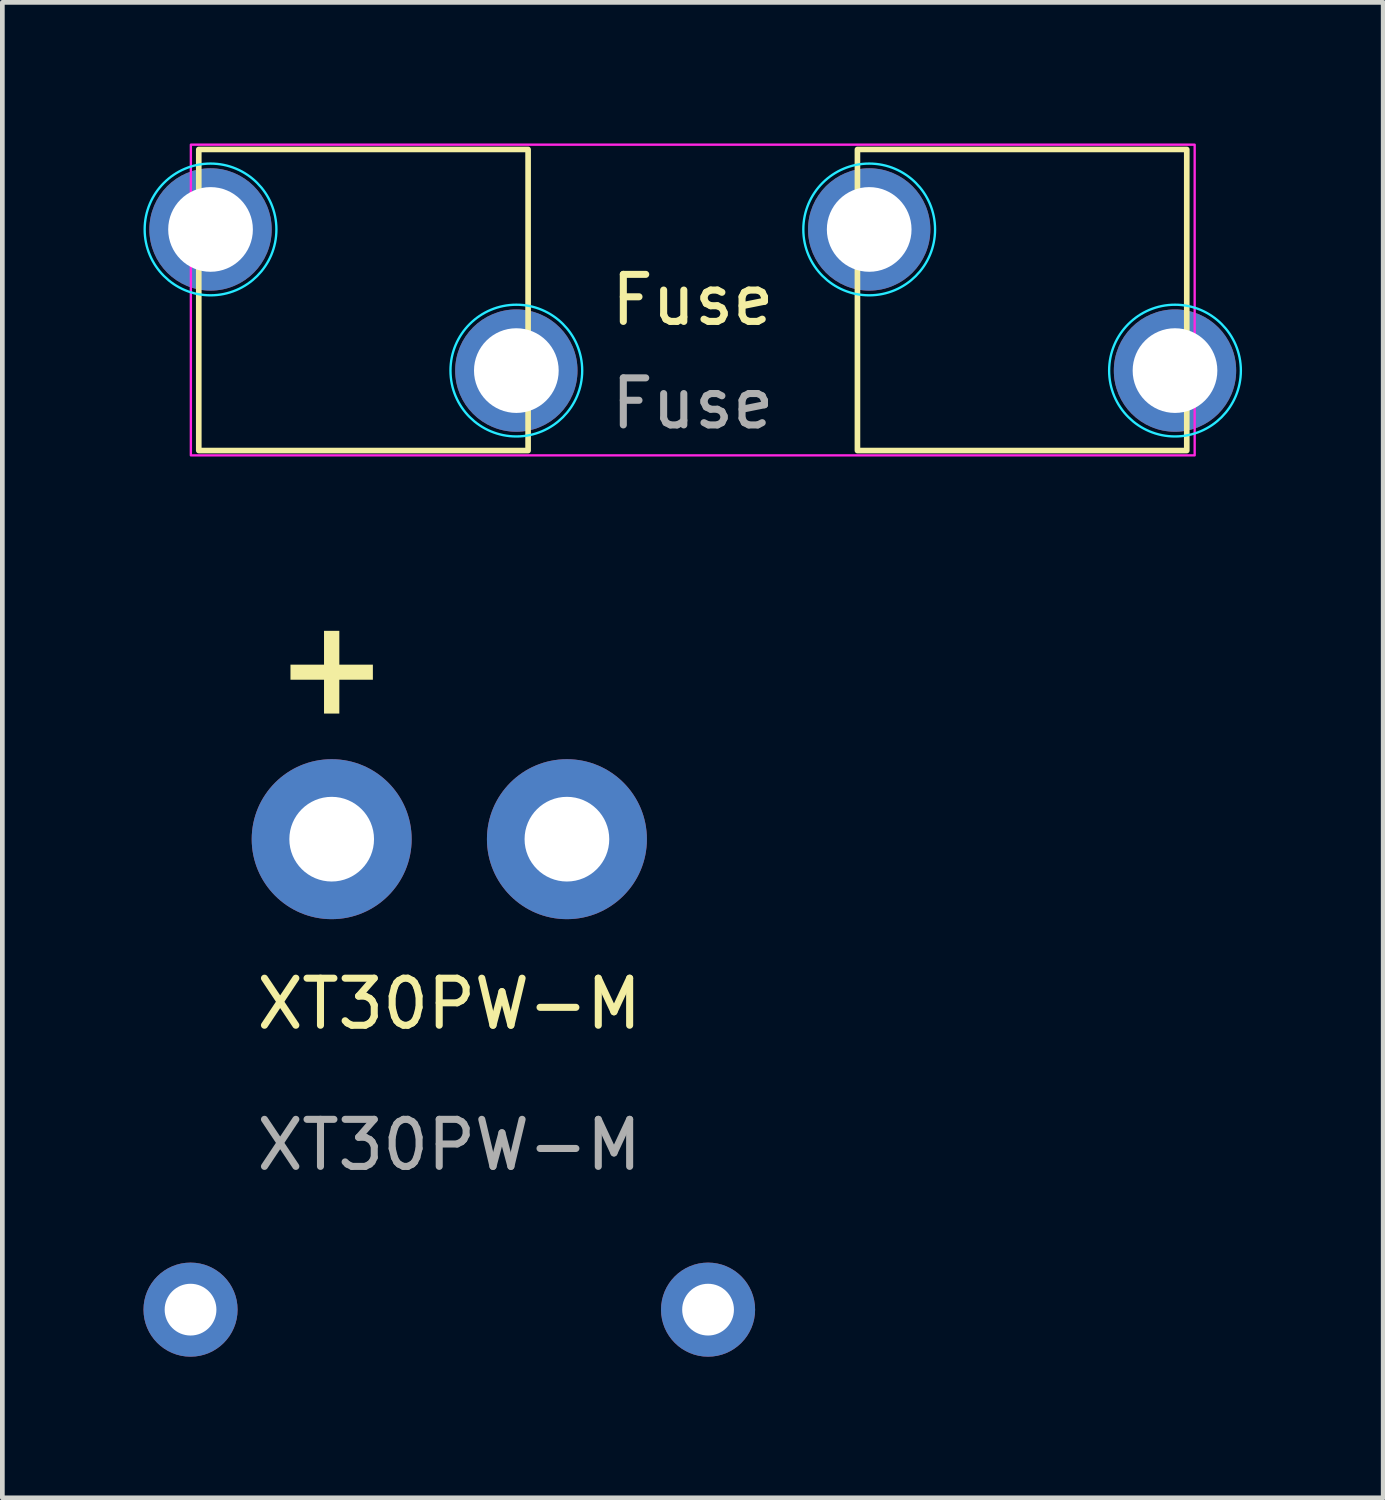
<source format=kicad_pcb>
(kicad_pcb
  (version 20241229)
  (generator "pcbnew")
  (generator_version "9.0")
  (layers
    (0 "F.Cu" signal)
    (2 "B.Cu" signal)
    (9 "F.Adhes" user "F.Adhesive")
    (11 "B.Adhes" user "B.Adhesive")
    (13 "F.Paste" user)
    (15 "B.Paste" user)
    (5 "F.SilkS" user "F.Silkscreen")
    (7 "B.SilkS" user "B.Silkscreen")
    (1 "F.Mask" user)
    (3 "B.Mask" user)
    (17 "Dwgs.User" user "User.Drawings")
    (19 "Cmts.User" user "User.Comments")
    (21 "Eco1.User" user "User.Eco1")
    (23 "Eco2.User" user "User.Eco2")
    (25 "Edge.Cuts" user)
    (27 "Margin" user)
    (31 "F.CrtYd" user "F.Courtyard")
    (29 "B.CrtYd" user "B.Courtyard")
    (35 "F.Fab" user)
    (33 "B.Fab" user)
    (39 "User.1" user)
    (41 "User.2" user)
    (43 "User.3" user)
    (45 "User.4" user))
  (footprint "XT30PW-M"
    (layer "F.Cu")
    (at 6.5 14.787)
    (property "Reference" "XT30PW-M" (at 0 3.5 0) (unlocked yes) (layer "F.SilkS") (effects (font (size 1 1) (thickness 0.15))))
    (attr through_hole)
    (fp_text user "+" (at -2.5 -3.5 0) (unlocked yes) (layer "F.SilkS") (effects (font (face "Arial Black") (size 2 2) (thickness 0.15))))
    (fp_text user "${REFERENCE}" (at 0 6.5 0) (unlocked yes) (layer "F.Fab") (effects (font (size 1 1) (thickness 0.15))))
    (pad "" thru_hole circle (at -5.5 10) (size 2 2) (drill 1.1) (layers "*.Cu" "*.Mask"))
    (pad "" thru_hole circle (at 5.5 10) (size 2 2) (drill 1.1) (layers "*.Cu" "*.Mask"))
    (pad "1" thru_hole circle (at -2.5 0) (size 3.4 3.4) (drill 1.8) (layers "*.Cu" "*.Mask"))
    (pad "2" thru_hole circle (at 2.5 0) (size 3.4 3.4) (drill 1.8) (layers "*.Cu" "*.Mask")))
  (footprint "Fuse"
    (layer "F.Cu")
    (at 11.675 3.327)
    (property "Reference" "Fuse" (at 0 0 0) (unlocked yes) (layer "F.SilkS") (effects (font (size 1 1) (thickness 0.15))))
    (attr through_hole)
    (fp_rect (start -10.5 -3.2) (end -3.5 3.2) (stroke (width 0.12) (type default)) (fill no) (layer "F.SilkS"))
    (fp_rect (start 3.5 -3.2) (end 10.5 3.2) (stroke (width 0.12) (type default)) (fill no) (layer "F.SilkS"))
    (fp_circle (center -10.25 -1.5) (end -8.85 -1.5) (stroke (width 0.05) (type default)) (fill no) (layer "B.CrtYd"))
    (fp_circle (center -3.75 1.5) (end -2.35 1.5) (stroke (width 0.05) (type default)) (fill no) (layer "B.CrtYd"))
    (fp_circle (center 3.75 -1.5) (end 2.35 -1.5) (stroke (width 0.05) (type default)) (fill no) (layer "B.CrtYd"))
    (fp_circle (center 10.25 1.5) (end 11.65 1.5) (stroke (width 0.05) (type default)) (fill no) (layer "B.CrtYd"))
    (fp_rect (start -10.668 -3.302) (end 10.668 3.302) (stroke (width 0.05) (type default)) (fill no) (layer "F.CrtYd"))
    (fp_text user "${REFERENCE}" (at 0 2.2 0) (unlocked yes) (layer "F.Fab") (effects (font (size 1 1) (thickness 0.15))))
    (pad "1" thru_hole circle (at -10.25 -1.5 90) (size 2.6 2.6) (drill 1.8) (layers "*.Cu" "*.Mask"))
    (pad "1" thru_hole circle (at -3.75 1.5 90) (size 2.6 2.6) (drill 1.8) (layers "*.Cu" "*.Mask"))
    (pad "2" thru_hole circle (at 3.75 -1.5 90) (size 2.6 2.6) (drill 1.8) (layers "*.Cu" "*.Mask"))
    (pad "2" thru_hole circle (at 10.25 1.5 90) (size 2.6 2.6) (drill 1.8) (layers "*.Cu" "*.Mask")))
  (gr_rect
    (start -3 -3)
    (end 26.35 28.787)
    (stroke (width 0.1) (type default))
    (fill no)
    (layer "Edge.Cuts")))
</source>
